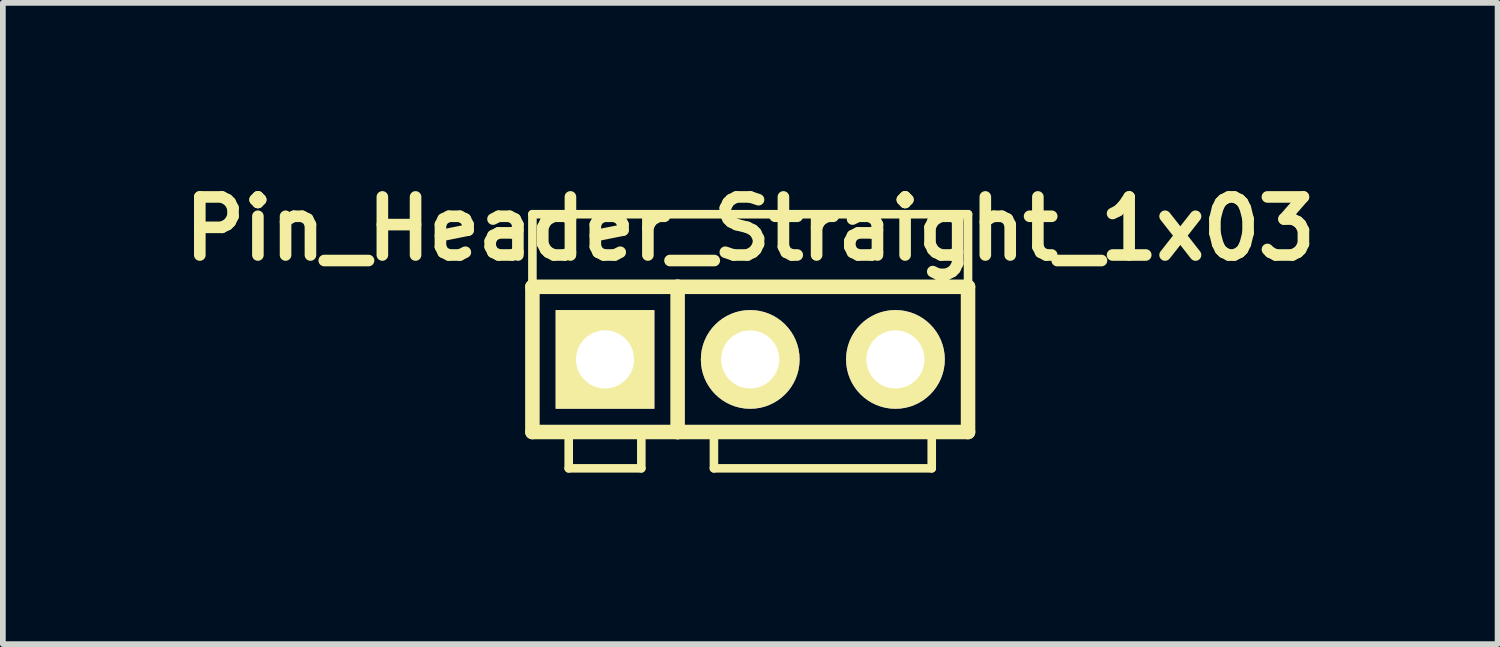
<source format=kicad_pcb>
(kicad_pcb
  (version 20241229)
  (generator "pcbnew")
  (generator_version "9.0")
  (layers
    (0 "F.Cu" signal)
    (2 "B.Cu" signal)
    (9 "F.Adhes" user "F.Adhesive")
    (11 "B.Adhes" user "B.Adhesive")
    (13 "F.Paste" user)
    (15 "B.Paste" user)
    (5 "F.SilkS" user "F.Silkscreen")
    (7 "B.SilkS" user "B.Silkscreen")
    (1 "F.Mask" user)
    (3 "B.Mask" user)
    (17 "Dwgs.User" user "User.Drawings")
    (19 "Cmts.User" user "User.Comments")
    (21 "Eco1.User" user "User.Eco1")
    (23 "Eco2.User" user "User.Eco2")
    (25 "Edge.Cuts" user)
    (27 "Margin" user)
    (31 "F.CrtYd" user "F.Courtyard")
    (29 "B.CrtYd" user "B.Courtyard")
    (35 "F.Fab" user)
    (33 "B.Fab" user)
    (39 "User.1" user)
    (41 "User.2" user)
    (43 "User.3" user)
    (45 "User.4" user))
  (footprint "Pin_Header_Straight_1x03"
    (layer "F.Cu")
    (at 10.073 3.237)
    (property "Reference" "Pin_Header_Straight_1x03" (at 0 -2.286 0) (layer "F.SilkS") (effects (font (size 1.016 1.016) (thickness 0.203))))
    (attr through_hole)
    (fp_line (start -3.81 -2.54) (end 3.81 -2.54) (stroke (width 0.15) (type solid)) (layer "F.SilkS"))
    (fp_line (start -3.81 -1.27) (end -3.81 -2.54) (stroke (width 0.15) (type solid)) (layer "F.SilkS"))
    (fp_line (start -3.81 -1.27) (end -3.81 1.27) (stroke (width 0.254) (type solid)) (layer "F.SilkS"))
    (fp_line (start -3.81 -1.27) (end -1.27 -1.27) (stroke (width 0.254) (type solid)) (layer "F.SilkS"))
    (fp_line (start -3.81 1.27) (end -1.27 1.27) (stroke (width 0.254) (type solid)) (layer "F.SilkS"))
    (fp_line (start -3.175 1.905) (end -3.175 1.27) (stroke (width 0.15) (type solid)) (layer "F.SilkS"))
    (fp_line (start -1.905 1.27) (end -1.905 1.905) (stroke (width 0.15) (type solid)) (layer "F.SilkS"))
    (fp_line (start -1.905 1.905) (end -3.175 1.905) (stroke (width 0.15) (type solid)) (layer "F.SilkS"))
    (fp_line (start -1.27 -1.27) (end -1.27 1.27) (stroke (width 0.254) (type solid)) (layer "F.SilkS"))
    (fp_line (start -1.27 1.27) (end 3.81 1.27) (stroke (width 0.254) (type solid)) (layer "F.SilkS"))
    (fp_line (start -0.635 1.905) (end -0.635 1.27) (stroke (width 0.15) (type solid)) (layer "F.SilkS"))
    (fp_line (start 3.175 1.27) (end 3.175 1.905) (stroke (width 0.15) (type solid)) (layer "F.SilkS"))
    (fp_line (start 3.175 1.905) (end -0.635 1.905) (stroke (width 0.15) (type solid)) (layer "F.SilkS"))
    (fp_line (start 3.81 -2.54) (end 3.81 -1.27) (stroke (width 0.15) (type solid)) (layer "F.SilkS"))
    (fp_line (start 3.81 -1.27) (end -1.27 -1.27) (stroke (width 0.254) (type solid)) (layer "F.SilkS"))
    (fp_line (start 3.81 1.27) (end 3.81 -1.27) (stroke (width 0.254) (type solid)) (layer "F.SilkS"))
    (pad "1" thru_hole rect (at -2.54 0) (size 1.727 1.727) (drill 1.016) (layers "*.Cu" "*.Mask" "F.SilkS"))
    (pad "2" thru_hole circle (at 0 0) (size 1.727 1.727) (drill 1.016) (layers "*.Cu" "*.Mask" "F.SilkS"))
    (pad "3" thru_hole circle (at 2.54 0) (size 1.727 1.727) (drill 1.016) (layers "*.Cu" "*.Mask" "F.SilkS")))
  (gr_rect
    (start -3 -3)
    (end 23.146 8.217)
    (stroke (width 0.1) (type default))
    (fill no)
    (layer "Edge.Cuts")))
</source>
